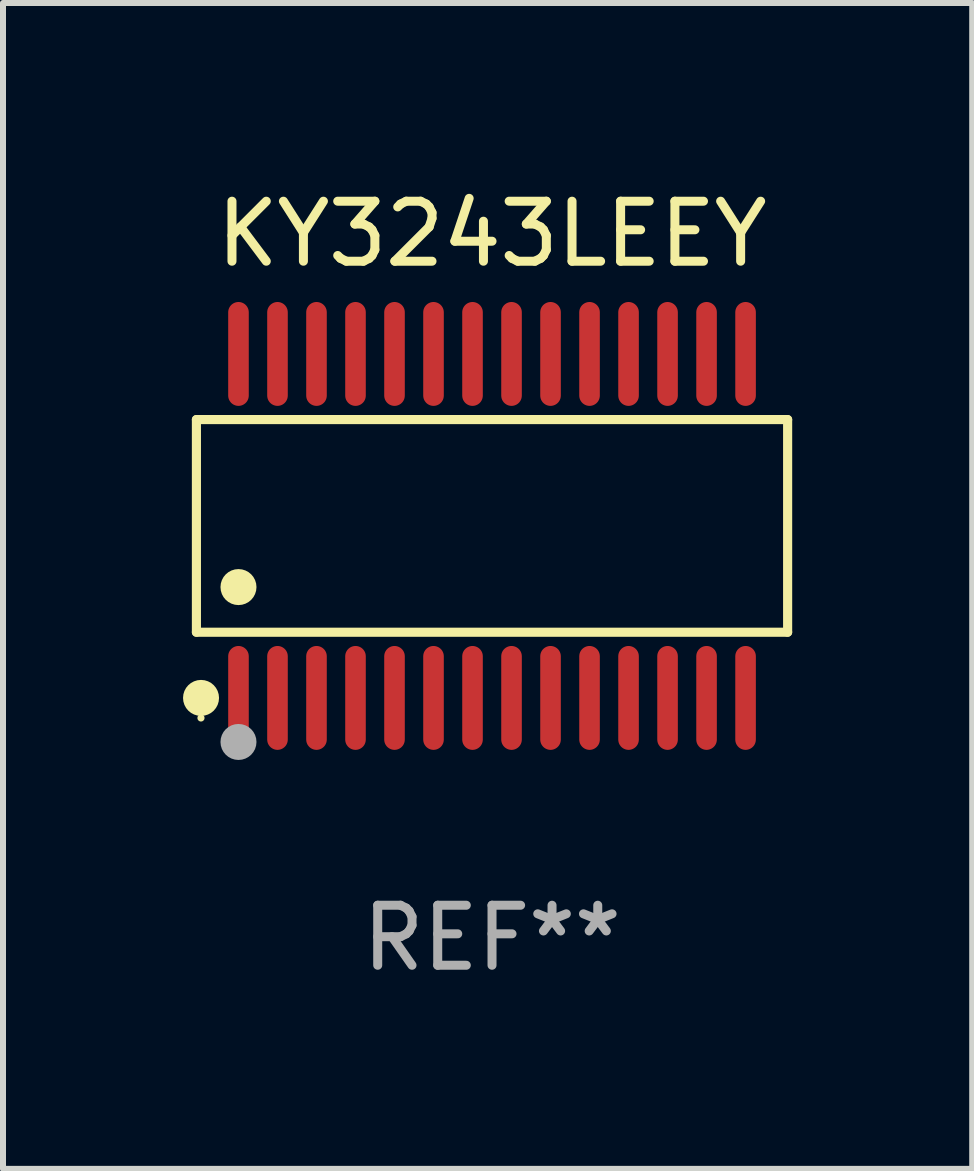
<source format=kicad_pcb>
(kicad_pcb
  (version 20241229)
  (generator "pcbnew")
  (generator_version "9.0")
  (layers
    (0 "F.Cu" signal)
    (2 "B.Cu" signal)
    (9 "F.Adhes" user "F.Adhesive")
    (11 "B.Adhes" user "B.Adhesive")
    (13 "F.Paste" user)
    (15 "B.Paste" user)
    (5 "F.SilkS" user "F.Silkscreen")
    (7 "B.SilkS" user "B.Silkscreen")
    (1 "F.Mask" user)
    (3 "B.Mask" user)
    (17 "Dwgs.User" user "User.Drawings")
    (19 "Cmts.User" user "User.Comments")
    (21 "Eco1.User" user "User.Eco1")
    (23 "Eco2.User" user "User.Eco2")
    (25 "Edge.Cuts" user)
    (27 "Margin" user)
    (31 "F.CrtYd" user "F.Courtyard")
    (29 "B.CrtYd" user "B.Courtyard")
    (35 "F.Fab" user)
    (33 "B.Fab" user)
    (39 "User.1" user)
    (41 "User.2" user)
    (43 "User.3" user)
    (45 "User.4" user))
  (footprint "KY3243LEEY"
    (layer "F.Cu")
    (at 5.149 5.714)
    (property "Reference" "KY3243LEEY" (at 0 -4.866 0) (layer "F.SilkS") (effects (font (size 1 1) (thickness 0.15))))
    (attr through_hole)
    (fp_line (start -4.926 -1.772) (end 4.926 -1.772) (stroke (width 0.152) (type solid)) (layer "F.SilkS"))
    (fp_line (start -4.926 1.771) (end -4.926 -1.772) (stroke (width 0.152) (type solid)) (layer "F.SilkS"))
    (fp_line (start 4.926 -1.772) (end 4.926 1.771) (stroke (width 0.152) (type solid)) (layer "F.SilkS"))
    (fp_line (start 4.926 1.771) (end -4.926 1.771) (stroke (width 0.152) (type solid)) (layer "F.SilkS"))
    (fp_circle (center -4.85 3.2) (end -4.82 3.2) (stroke (width 0.06) (type solid)) (fill no) (layer "F.SilkS"))
    (fp_circle (center -4.849 2.866) (end -4.699 2.866) (stroke (width 0.3) (type solid)) (fill no) (layer "F.SilkS"))
    (fp_circle (center -4.225 1.019) (end -4.075 1.019) (stroke (width 0.3) (type solid)) (fill no) (layer "F.SilkS"))
    (fp_circle (center -4.225 3.6) (end -4.075 3.6) (stroke (width 0.3) (type solid)) (fill no) (layer "F.Fab"))
    (fp_text user "REF**" (at 0 6.866 0) (layer "F.Fab") (effects (font (size 1 1) (thickness 0.15))))
    (pad "1" smd oval (at -4.225 2.866) (size 0.343 1.731) (layers "F.Cu" "F.Mask" "F.Paste"))
    (pad "2" smd oval (at -3.575 2.866) (size 0.343 1.731) (layers "F.Cu" "F.Mask" "F.Paste"))
    (pad "3" smd oval (at -2.925 2.866) (size 0.343 1.731) (layers "F.Cu" "F.Mask" "F.Paste"))
    (pad "4" smd oval (at -2.275 2.866) (size 0.343 1.731) (layers "F.Cu" "F.Mask" "F.Paste"))
    (pad "5" smd oval (at -1.625 2.866) (size 0.343 1.731) (layers "F.Cu" "F.Mask" "F.Paste"))
    (pad "6" smd oval (at -0.975 2.866) (size 0.343 1.731) (layers "F.Cu" "F.Mask" "F.Paste"))
    (pad "7" smd oval (at -0.325 2.866) (size 0.343 1.731) (layers "F.Cu" "F.Mask" "F.Paste"))
    (pad "8" smd oval (at 0.325 2.866) (size 0.343 1.731) (layers "F.Cu" "F.Mask" "F.Paste"))
    (pad "9" smd oval (at 0.975 2.866) (size 0.343 1.731) (layers "F.Cu" "F.Mask" "F.Paste"))
    (pad "10" smd oval (at 1.625 2.866) (size 0.343 1.731) (layers "F.Cu" "F.Mask" "F.Paste"))
    (pad "11" smd oval (at 2.275 2.866) (size 0.343 1.731) (layers "F.Cu" "F.Mask" "F.Paste"))
    (pad "12" smd oval (at 2.925 2.866) (size 0.343 1.731) (layers "F.Cu" "F.Mask" "F.Paste"))
    (pad "13" smd oval (at 3.575 2.866) (size 0.343 1.731) (layers "F.Cu" "F.Mask" "F.Paste"))
    (pad "14" smd oval (at 4.225 2.866) (size 0.343 1.731) (layers "F.Cu" "F.Mask" "F.Paste"))
    (pad "15" smd oval (at 4.225 -2.866) (size 0.343 1.731) (layers "F.Cu" "F.Mask" "F.Paste"))
    (pad "16" smd oval (at 3.575 -2.866) (size 0.343 1.731) (layers "F.Cu" "F.Mask" "F.Paste"))
    (pad "17" smd oval (at 2.925 -2.866) (size 0.343 1.731) (layers "F.Cu" "F.Mask" "F.Paste"))
    (pad "18" smd oval (at 2.275 -2.866) (size 0.343 1.731) (layers "F.Cu" "F.Mask" "F.Paste"))
    (pad "19" smd oval (at 1.625 -2.866) (size 0.343 1.731) (layers "F.Cu" "F.Mask" "F.Paste"))
    (pad "20" smd oval (at 0.975 -2.866) (size 0.343 1.731) (layers "F.Cu" "F.Mask" "F.Paste"))
    (pad "21" smd oval (at 0.325 -2.866) (size 0.343 1.731) (layers "F.Cu" "F.Mask" "F.Paste"))
    (pad "22" smd oval (at -0.325 -2.866) (size 0.343 1.731) (layers "F.Cu" "F.Mask" "F.Paste"))
    (pad "23" smd oval (at -0.975 -2.866) (size 0.343 1.731) (layers "F.Cu" "F.Mask" "F.Paste"))
    (pad "24" smd oval (at -1.625 -2.866) (size 0.343 1.731) (layers "F.Cu" "F.Mask" "F.Paste"))
    (pad "25" smd oval (at -2.275 -2.866) (size 0.343 1.731) (layers "F.Cu" "F.Mask" "F.Paste"))
    (pad "26" smd oval (at -2.925 -2.866) (size 0.343 1.731) (layers "F.Cu" "F.Mask" "F.Paste"))
    (pad "27" smd oval (at -3.575 -2.866) (size 0.343 1.731) (layers "F.Cu" "F.Mask" "F.Paste"))
    (pad "28" smd oval (at -4.225 -2.866) (size 0.343 1.731) (layers "F.Cu" "F.Mask" "F.Paste")))
  (gr_rect
    (start -3 -3)
    (end 13.151 16.428)
    (stroke (width 0.1) (type default))
    (fill no)
    (layer "Edge.Cuts")))
</source>
